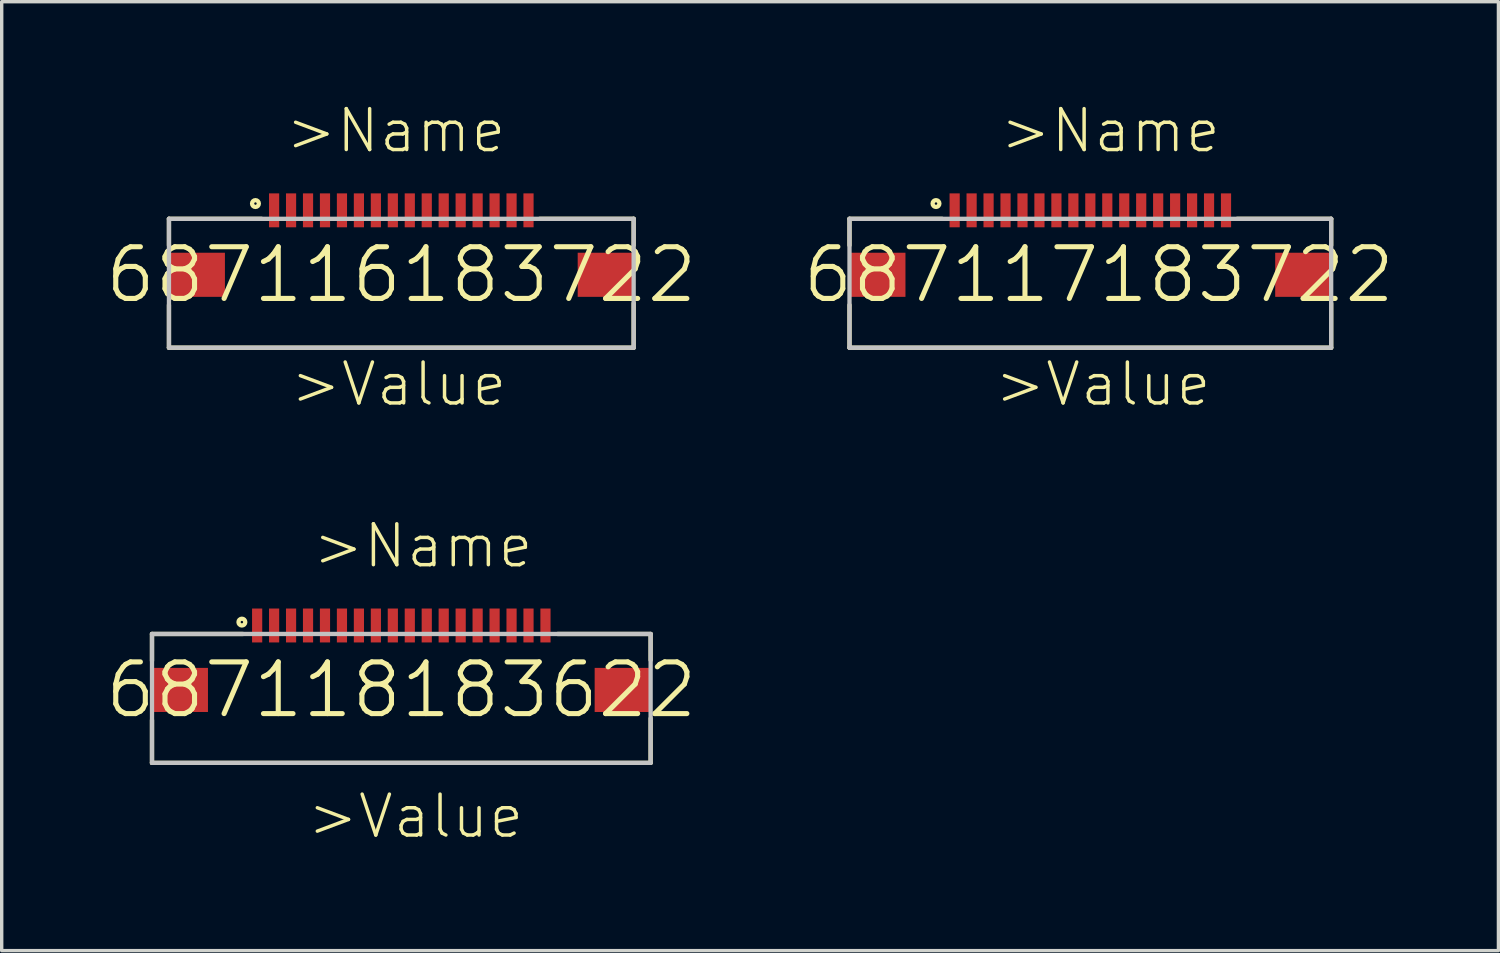
<source format=kicad_pcb>
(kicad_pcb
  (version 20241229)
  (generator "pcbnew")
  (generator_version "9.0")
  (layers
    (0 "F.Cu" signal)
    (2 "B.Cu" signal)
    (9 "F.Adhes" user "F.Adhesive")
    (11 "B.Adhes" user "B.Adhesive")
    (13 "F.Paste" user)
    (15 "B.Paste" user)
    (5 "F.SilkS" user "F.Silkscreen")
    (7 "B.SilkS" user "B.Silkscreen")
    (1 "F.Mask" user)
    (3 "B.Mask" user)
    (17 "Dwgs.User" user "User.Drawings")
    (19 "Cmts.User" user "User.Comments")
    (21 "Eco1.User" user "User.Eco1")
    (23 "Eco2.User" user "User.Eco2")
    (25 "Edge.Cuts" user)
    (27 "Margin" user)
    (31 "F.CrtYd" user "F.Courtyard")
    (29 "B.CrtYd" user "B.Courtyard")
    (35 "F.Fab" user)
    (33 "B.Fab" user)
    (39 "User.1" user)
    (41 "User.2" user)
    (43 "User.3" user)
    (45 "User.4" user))
  (footprint "687116183722"
    (layer "F.Cu")
    (at 8.781 5.051)
    (property "Reference" "687116183722" (at 0 0 0) (layer "F.SilkS") (effects (font (size 1.524 1.524) (thickness 0.15))))
    (attr through_hole)
    (fp_line (start -6.85 -1.65) (end -6.85 -0.87) (stroke (width 0.127) (type solid)) (layer "F.SilkS"))
    (fp_line (start -6.85 0.89) (end -6.85 2.15) (stroke (width 0.127) (type solid)) (layer "F.SilkS"))
    (fp_line (start -6.85 2.15) (end 6.85 2.15) (stroke (width 0.127) (type solid)) (layer "F.SilkS"))
    (fp_line (start -4.12 -1.65) (end -6.85 -1.65) (stroke (width 0.127) (type solid)) (layer "F.SilkS"))
    (fp_line (start 4.08 -1.65) (end 6.85 -1.65) (stroke (width 0.127) (type solid)) (layer "F.SilkS"))
    (fp_line (start 6.85 -1.65) (end 6.85 -0.87) (stroke (width 0.127) (type solid)) (layer "F.SilkS"))
    (fp_line (start 6.85 2.15) (end 6.85 0.84) (stroke (width 0.127) (type solid)) (layer "F.SilkS"))
    (fp_circle (center -4.3 -2.1) (end -4.2 -2.1) (stroke (width 0.127) (type solid)) (fill no) (layer "F.SilkS"))
    (fp_line (start -6.85 -1.65) (end 6.85 -1.65) (stroke (width 0.127) (type solid)) (layer "Dwgs.User"))
    (fp_line (start -6.85 2.15) (end -6.85 -1.65) (stroke (width 0.127) (type solid)) (layer "Dwgs.User"))
    (fp_line (start 6.85 -1.65) (end 6.85 2.15) (stroke (width 0.127) (type solid)) (layer "Dwgs.User"))
    (fp_line (start 6.85 2.15) (end -6.85 2.15) (stroke (width 0.127) (type solid)) (layer "Dwgs.User"))
    (fp_text user ">Name" (at -3.47 -3.54 0) (layer "F.SilkS") (effects (font (size 1.206 1.206) (thickness 0.102)) (justify left bottom)))
    (fp_text user ">Value" (at -3.33 3.93 0) (layer "F.SilkS") (effects (font (size 1.206 1.206) (thickness 0.102)) (justify left bottom)))
    (pad "1" smd rect (at -3.75 -1.9 90) (size 1 0.3) (layers "F.Cu" "F.Mask" "F.Paste"))
    (pad "2" smd rect (at -3.25 -1.9 90) (size 1 0.3) (layers "F.Cu" "F.Mask" "F.Paste"))
    (pad "3" smd rect (at -2.75 -1.9 90) (size 1 0.3) (layers "F.Cu" "F.Mask" "F.Paste"))
    (pad "4" smd rect (at -2.25 -1.9 90) (size 1 0.3) (layers "F.Cu" "F.Mask" "F.Paste"))
    (pad "5" smd rect (at -1.75 -1.9 90) (size 1 0.3) (layers "F.Cu" "F.Mask" "F.Paste"))
    (pad "6" smd rect (at -1.25 -1.9 90) (size 1 0.3) (layers "F.Cu" "F.Mask" "F.Paste"))
    (pad "7" smd rect (at -0.75 -1.9 90) (size 1 0.3) (layers "F.Cu" "F.Mask" "F.Paste"))
    (pad "8" smd rect (at -0.25 -1.9 90) (size 1 0.3) (layers "F.Cu" "F.Mask" "F.Paste"))
    (pad "9" smd rect (at 0.25 -1.9 90) (size 1 0.3) (layers "F.Cu" "F.Mask" "F.Paste"))
    (pad "10" smd rect (at 0.75 -1.9 90) (size 1 0.3) (layers "F.Cu" "F.Mask" "F.Paste"))
    (pad "11" smd rect (at 1.25 -1.9 90) (size 1 0.3) (layers "F.Cu" "F.Mask" "F.Paste"))
    (pad "12" smd rect (at 1.75 -1.9 90) (size 1 0.3) (layers "F.Cu" "F.Mask" "F.Paste"))
    (pad "13" smd rect (at 2.25 -1.9 90) (size 1 0.3) (layers "F.Cu" "F.Mask" "F.Paste"))
    (pad "14" smd rect (at 2.75 -1.9 90) (size 1 0.3) (layers "F.Cu" "F.Mask" "F.Paste"))
    (pad "15" smd rect (at 3.25 -1.9 90) (size 1 0.3) (layers "F.Cu" "F.Mask" "F.Paste"))
    (pad "16" smd rect (at 3.75 -1.9 90) (size 1 0.3) (layers "F.Cu" "F.Mask" "F.Paste"))
    (pad "Z1" smd rect (at -6.025 0) (size 1.65 1.3) (layers "F.Cu" "F.Mask" "F.Paste"))
    (pad "Z2" smd rect (at 6.025 0) (size 1.65 1.3) (layers "F.Cu" "F.Mask" "F.Paste")))
  (footprint "687118183622"
    (layer "F.Cu")
    (at 8.781 17.29)
    (property "Reference" "687118183622" (at 0 0 0) (layer "F.SilkS") (effects (font (size 1.524 1.524) (thickness 0.15))))
    (attr through_hole)
    (fp_line (start -7.35 -1.65) (end -7.35 -0.86) (stroke (width 0.127) (type solid)) (layer "F.SilkS"))
    (fp_line (start -7.35 0.89) (end -7.35 2.15) (stroke (width 0.127) (type solid)) (layer "F.SilkS"))
    (fp_line (start -7.35 2.15) (end 7.35 2.15) (stroke (width 0.127) (type solid)) (layer "F.SilkS"))
    (fp_line (start -4.67 -1.65) (end -7.35 -1.65) (stroke (width 0.127) (type solid)) (layer "F.SilkS"))
    (fp_line (start 4.61 -1.65) (end 7.35 -1.65) (stroke (width 0.127) (type solid)) (layer "F.SilkS"))
    (fp_line (start 7.35 -1.65) (end 7.35 -0.88) (stroke (width 0.127) (type solid)) (layer "F.SilkS"))
    (fp_line (start 7.35 2.15) (end 7.35 0.84) (stroke (width 0.127) (type solid)) (layer "F.SilkS"))
    (fp_circle (center -4.7 -2) (end -4.6 -2) (stroke (width 0.127) (type solid)) (fill no) (layer "F.SilkS"))
    (fp_line (start -7.35 -1.65) (end 7.35 -1.65) (stroke (width 0.127) (type solid)) (layer "Dwgs.User"))
    (fp_line (start -7.35 2.15) (end -7.35 -1.65) (stroke (width 0.127) (type solid)) (layer "Dwgs.User"))
    (fp_line (start 7.35 -1.65) (end 7.35 2.15) (stroke (width 0.127) (type solid)) (layer "Dwgs.User"))
    (fp_line (start 7.35 2.15) (end -7.35 2.15) (stroke (width 0.127) (type solid)) (layer "Dwgs.User"))
    (fp_text user ">Value" (at -2.83 4.43 0) (layer "F.SilkS") (effects (font (size 1.206 1.206) (thickness 0.102)) (justify left bottom)))
    (fp_text user ">Name" (at -2.67 -3.54 0) (layer "F.SilkS") (effects (font (size 1.206 1.206) (thickness 0.102)) (justify left bottom)))
    (pad "1" smd rect (at -4.25 -1.9 90) (size 1 0.3) (layers "F.Cu" "F.Mask" "F.Paste"))
    (pad "2" smd rect (at -3.75 -1.9 90) (size 1 0.3) (layers "F.Cu" "F.Mask" "F.Paste"))
    (pad "3" smd rect (at -3.25 -1.9 90) (size 1 0.3) (layers "F.Cu" "F.Mask" "F.Paste"))
    (pad "4" smd rect (at -2.75 -1.9 90) (size 1 0.3) (layers "F.Cu" "F.Mask" "F.Paste"))
    (pad "5" smd rect (at -2.25 -1.9 90) (size 1 0.3) (layers "F.Cu" "F.Mask" "F.Paste"))
    (pad "6" smd rect (at -1.75 -1.9 90) (size 1 0.3) (layers "F.Cu" "F.Mask" "F.Paste"))
    (pad "7" smd rect (at -1.25 -1.9 90) (size 1 0.3) (layers "F.Cu" "F.Mask" "F.Paste"))
    (pad "8" smd rect (at -0.75 -1.9 90) (size 1 0.3) (layers "F.Cu" "F.Mask" "F.Paste"))
    (pad "9" smd rect (at -0.25 -1.9 90) (size 1 0.3) (layers "F.Cu" "F.Mask" "F.Paste"))
    (pad "10" smd rect (at 0.25 -1.9 90) (size 1 0.3) (layers "F.Cu" "F.Mask" "F.Paste"))
    (pad "11" smd rect (at 0.75 -1.9 90) (size 1 0.3) (layers "F.Cu" "F.Mask" "F.Paste"))
    (pad "12" smd rect (at 1.25 -1.9 90) (size 1 0.3) (layers "F.Cu" "F.Mask" "F.Paste"))
    (pad "13" smd rect (at 1.75 -1.9 90) (size 1 0.3) (layers "F.Cu" "F.Mask" "F.Paste"))
    (pad "14" smd rect (at 2.25 -1.9 90) (size 1 0.3) (layers "F.Cu" "F.Mask" "F.Paste"))
    (pad "15" smd rect (at 2.75 -1.9 90) (size 1 0.3) (layers "F.Cu" "F.Mask" "F.Paste"))
    (pad "16" smd rect (at 3.25 -1.9 90) (size 1 0.3) (layers "F.Cu" "F.Mask" "F.Paste"))
    (pad "17" smd rect (at 3.75 -1.9 90) (size 1 0.3) (layers "F.Cu" "F.Mask" "F.Paste"))
    (pad "18" smd rect (at 4.25 -1.9 90) (size 1 0.3) (layers "F.Cu" "F.Mask" "F.Paste"))
    (pad "Z1" smd rect (at -6.525 0) (size 1.65 1.3) (layers "F.Cu" "F.Mask" "F.Paste"))
    (pad "Z2" smd rect (at 6.525 0) (size 1.65 1.3) (layers "F.Cu" "F.Mask" "F.Paste")))
  (footprint "687117183722"
    (layer "F.Cu")
    (at 29.344 5.051)
    (property "Reference" "687117183722" (at 0 0 0) (layer "F.SilkS") (effects (font (size 1.524 1.524) (thickness 0.15))))
    (attr through_hole)
    (fp_line (start -7.35 -1.65) (end -7.35 -0.87) (stroke (width 0.127) (type solid)) (layer "F.SilkS"))
    (fp_line (start -7.35 0.89) (end -7.35 2.15) (stroke (width 0.127) (type solid)) (layer "F.SilkS"))
    (fp_line (start -7.35 2.15) (end 6.85 2.15) (stroke (width 0.127) (type solid)) (layer "F.SilkS"))
    (fp_line (start -4.62 -1.65) (end -7.35 -1.65) (stroke (width 0.127) (type solid)) (layer "F.SilkS"))
    (fp_line (start 4.08 -1.65) (end 6.85 -1.65) (stroke (width 0.127) (type solid)) (layer "F.SilkS"))
    (fp_line (start 6.85 -1.65) (end 6.85 -0.87) (stroke (width 0.127) (type solid)) (layer "F.SilkS"))
    (fp_line (start 6.85 2.15) (end 6.85 0.84) (stroke (width 0.127) (type solid)) (layer "F.SilkS"))
    (fp_circle (center -4.8 -2.1) (end -4.7 -2.1) (stroke (width 0.127) (type solid)) (fill no) (layer "F.SilkS"))
    (fp_line (start -7.35 -1.65) (end 6.85 -1.65) (stroke (width 0.127) (type solid)) (layer "Dwgs.User"))
    (fp_line (start -7.35 2.15) (end -7.35 -1.65) (stroke (width 0.127) (type solid)) (layer "Dwgs.User"))
    (fp_line (start 6.85 -1.65) (end 6.85 2.15) (stroke (width 0.127) (type solid)) (layer "Dwgs.User"))
    (fp_line (start 6.85 2.15) (end -7.35 2.15) (stroke (width 0.127) (type solid)) (layer "Dwgs.User"))
    (fp_text user ">Name" (at -2.97 -3.54 0) (layer "F.SilkS") (effects (font (size 1.206 1.206) (thickness 0.102)) (justify left bottom)))
    (fp_text user ">Value" (at -3.13 3.93 0) (layer "F.SilkS") (effects (font (size 1.206 1.206) (thickness 0.102)) (justify left bottom)))
    (pad "1" smd rect (at -4.25 -1.9 90) (size 1 0.3) (layers "F.Cu" "F.Mask" "F.Paste"))
    (pad "2" smd rect (at -3.75 -1.9 90) (size 1 0.3) (layers "F.Cu" "F.Mask" "F.Paste"))
    (pad "3" smd rect (at -3.25 -1.9 90) (size 1 0.3) (layers "F.Cu" "F.Mask" "F.Paste"))
    (pad "4" smd rect (at -2.75 -1.9 90) (size 1 0.3) (layers "F.Cu" "F.Mask" "F.Paste"))
    (pad "5" smd rect (at -2.25 -1.9 90) (size 1 0.3) (layers "F.Cu" "F.Mask" "F.Paste"))
    (pad "6" smd rect (at -1.75 -1.9 90) (size 1 0.3) (layers "F.Cu" "F.Mask" "F.Paste"))
    (pad "7" smd rect (at -1.25 -1.9 90) (size 1 0.3) (layers "F.Cu" "F.Mask" "F.Paste"))
    (pad "8" smd rect (at -0.75 -1.9 90) (size 1 0.3) (layers "F.Cu" "F.Mask" "F.Paste"))
    (pad "9" smd rect (at -0.25 -1.9 90) (size 1 0.3) (layers "F.Cu" "F.Mask" "F.Paste"))
    (pad "10" smd rect (at 0.25 -1.9 90) (size 1 0.3) (layers "F.Cu" "F.Mask" "F.Paste"))
    (pad "11" smd rect (at 0.75 -1.9 90) (size 1 0.3) (layers "F.Cu" "F.Mask" "F.Paste"))
    (pad "12" smd rect (at 1.25 -1.9 90) (size 1 0.3) (layers "F.Cu" "F.Mask" "F.Paste"))
    (pad "13" smd rect (at 1.75 -1.9 90) (size 1 0.3) (layers "F.Cu" "F.Mask" "F.Paste"))
    (pad "14" smd rect (at 2.25 -1.9 90) (size 1 0.3) (layers "F.Cu" "F.Mask" "F.Paste"))
    (pad "15" smd rect (at 2.75 -1.9 90) (size 1 0.3) (layers "F.Cu" "F.Mask" "F.Paste"))
    (pad "16" smd rect (at 3.25 -1.9 90) (size 1 0.3) (layers "F.Cu" "F.Mask" "F.Paste"))
    (pad "17" smd rect (at 3.75 -1.9 90) (size 1 0.3) (layers "F.Cu" "F.Mask" "F.Paste"))
    (pad "Z1" smd rect (at -6.525 0) (size 1.65 1.3) (layers "F.Cu" "F.Mask" "F.Paste"))
    (pad "Z2" smd rect (at 6.025 0) (size 1.65 1.3) (layers "F.Cu" "F.Mask" "F.Paste")))
  (gr_rect
    (start -3 -3)
    (end 41.125 24.976)
    (stroke (width 0.1) (type default))
    (fill no)
    (layer "Edge.Cuts")))
</source>
